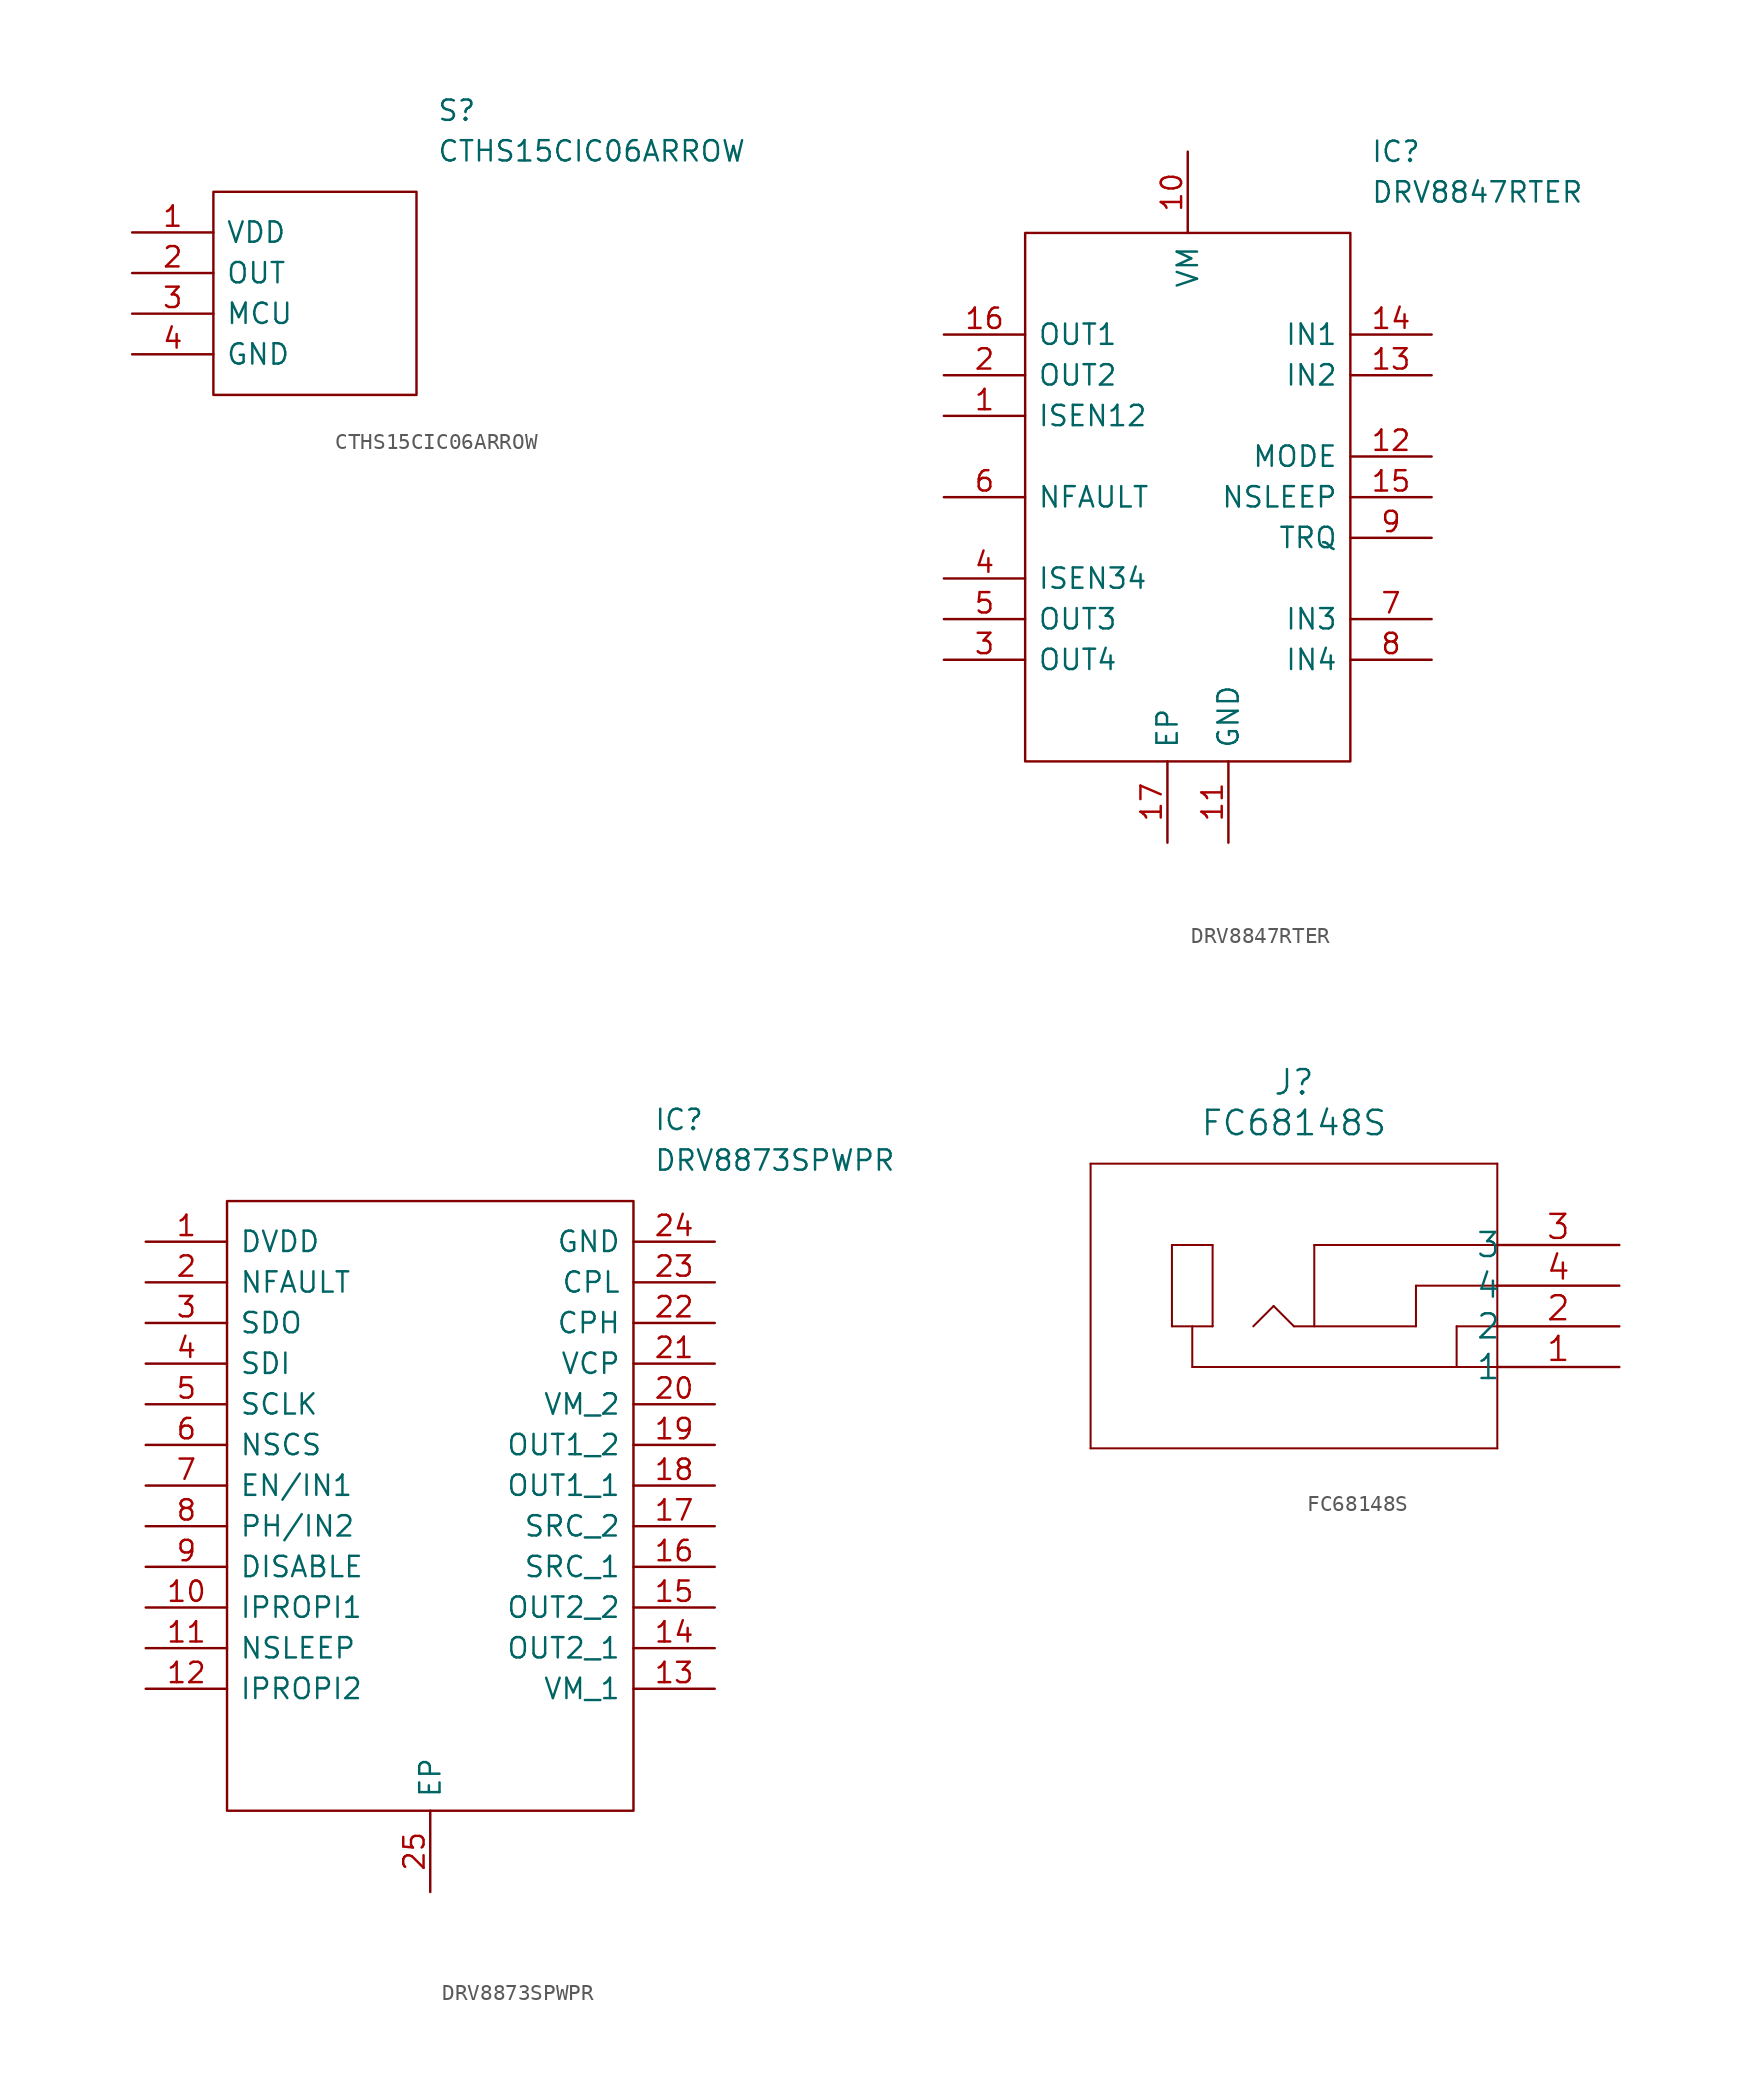
<source format=kicad_sym>
(kicad_symbol_lib
  (version 20241209)
  (generator "kicad_symbol_editor")
  (generator_version "9.0")
  (symbol "CTHS15CIC06ARROW"
    (pin_names
      (offset 0.762))
    (property "Reference" "S"
      (at 19.05 7.62 0)
      (effects (font (size 1.27 1.27)) (justify left)))
    (property "Value" "CTHS15CIC06ARROW"
      (at 19.05 5.08 0)
      (effects (font (size 1.27 1.27)) (justify left)))
    (symbol "CTHS15CIC06ARROW_0_0"
      (pin passive line (at 0 0 0) (length 5.08) (name "VDD" (effects (font (size 1.27 1.27)))) (number "1" (effects (font (size 1.27 1.27)))))
      (pin passive line (at 0 -2.54 0) (length 5.08) (name "OUT" (effects (font (size 1.27 1.27)))) (number "2" (effects (font (size 1.27 1.27)))))
      (pin passive line (at 0 -5.08 0) (length 5.08) (name "MCU" (effects (font (size 1.27 1.27)))) (number "3" (effects (font (size 1.27 1.27)))))
      (pin passive line (at 0 -7.62 0) (length 5.08) (name "GND" (effects (font (size 1.27 1.27)))) (number "4" (effects (font (size 1.27 1.27))))))
    (symbol "CTHS15CIC06ARROW_0_1"
      (polyline (pts (xy 5.08 2.54) (xy 17.78 2.54) (xy 17.78 -10.16) (xy 5.08 -10.16) (xy 5.08 2.54)) (stroke (width 0.152) (type solid)) (fill (type none)))))
  (symbol "DRV8847RTER"
    (pin_names
      (offset 0.762))
    (property "Reference" "IC"
      (at 26.67 17.78 0)
      (effects (font (size 1.27 1.27)) (justify left)))
    (property "Value" "DRV8847RTER"
      (at 26.67 15.24 0)
      (effects (font (size 1.27 1.27)) (justify left)))
    (symbol "DRV8847RTER_0_0"
      (pin output line (at 0 6.35 0) (length 5.08) (name "OUT1" (effects (font (size 1.27 1.27)))) (number "16" (effects (font (size 1.27 1.27)))))
      (pin output line (at 0 3.81 0) (length 5.08) (name "OUT2" (effects (font (size 1.27 1.27)))) (number "2" (effects (font (size 1.27 1.27)))))
      (pin unspecified line (at 0 1.27 0) (length 5.08) (name "ISEN12" (effects (font (size 1.27 1.27)))) (number "1" (effects (font (size 1.27 1.27)))))
      (pin bidirectional line (at 0 -3.81 0) (length 5.08) (name "NFAULT" (effects (font (size 1.27 1.27)))) (number "6" (effects (font (size 1.27 1.27)))))
      (pin unspecified line (at 0 -8.89 0) (length 5.08) (name "ISEN34" (effects (font (size 1.27 1.27)))) (number "4" (effects (font (size 1.27 1.27)))))
      (pin output line (at 0 -11.43 0) (length 5.08) (name "OUT3" (effects (font (size 1.27 1.27)))) (number "5" (effects (font (size 1.27 1.27)))))
      (pin output line (at 0 -13.97 0) (length 5.08) (name "OUT4" (effects (font (size 1.27 1.27)))) (number "3" (effects (font (size 1.27 1.27)))))
      (pin unspecified line (at 13.97 -25.4 90) (length 5.08) (name "EP" (effects (font (size 1.27 1.27)))) (number "17" (effects (font (size 1.27 1.27)))))
      (pin power_in line (at 15.24 17.78 270) (length 5.08) (name "VM" (effects (font (size 1.27 1.27)))) (number "10" (effects (font (size 1.27 1.27)))))
      (pin power_in line (at 17.78 -25.4 90) (length 5.08) (name "GND" (effects (font (size 1.27 1.27)))) (number "11" (effects (font (size 1.27 1.27)))))
      (pin input line (at 30.48 6.35 180) (length 5.08) (name "IN1" (effects (font (size 1.27 1.27)))) (number "14" (effects (font (size 1.27 1.27)))))
      (pin input line (at 30.48 3.81 180) (length 5.08) (name "IN2" (effects (font (size 1.27 1.27)))) (number "13" (effects (font (size 1.27 1.27)))))
      (pin input line (at 30.48 -1.27 180) (length 5.08) (name "MODE" (effects (font (size 1.27 1.27)))) (number "12" (effects (font (size 1.27 1.27)))))
      (pin input line (at 30.48 -3.81 180) (length 5.08) (name "NSLEEP" (effects (font (size 1.27 1.27)))) (number "15" (effects (font (size 1.27 1.27)))))
      (pin input line (at 30.48 -6.35 180) (length 5.08) (name "TRQ" (effects (font (size 1.27 1.27)))) (number "9" (effects (font (size 1.27 1.27)))))
      (pin input line (at 30.48 -11.43 180) (length 5.08) (name "IN3" (effects (font (size 1.27 1.27)))) (number "7" (effects (font (size 1.27 1.27)))))
      (pin input line (at 30.48 -13.97 180) (length 5.08) (name "IN4" (effects (font (size 1.27 1.27)))) (number "8" (effects (font (size 1.27 1.27))))))
    (symbol "DRV8847RTER_0_1"
      (polyline (pts (xy 5.08 12.7) (xy 25.4 12.7) (xy 25.4 -20.32) (xy 5.08 -20.32) (xy 5.08 12.7)) (stroke (width 0.152) (type solid)) (fill (type none)))))
  (symbol "DRV8873SPWPR"
    (pin_names
      (offset 0.762))
    (property "Reference" "IC"
      (at 31.75 7.62 0)
      (effects (font (size 1.27 1.27)) (justify left)))
    (property "Value" "DRV8873SPWPR"
      (at 31.75 5.08 0)
      (effects (font (size 1.27 1.27)) (justify left)))
    (symbol "DRV8873SPWPR_0_0"
      (pin passive line (at 0 0 0) (length 5.08) (name "DVDD" (effects (font (size 1.27 1.27)))) (number "1" (effects (font (size 1.27 1.27)))))
      (pin passive line (at 0 -2.54 0) (length 5.08) (name "NFAULT" (effects (font (size 1.27 1.27)))) (number "2" (effects (font (size 1.27 1.27)))))
      (pin passive line (at 0 -5.08 0) (length 5.08) (name "SDO" (effects (font (size 1.27 1.27)))) (number "3" (effects (font (size 1.27 1.27)))))
      (pin passive line (at 0 -7.62 0) (length 5.08) (name "SDI" (effects (font (size 1.27 1.27)))) (number "4" (effects (font (size 1.27 1.27)))))
      (pin passive line (at 0 -10.16 0) (length 5.08) (name "SCLK" (effects (font (size 1.27 1.27)))) (number "5" (effects (font (size 1.27 1.27)))))
      (pin passive line (at 0 -12.7 0) (length 5.08) (name "NSCS" (effects (font (size 1.27 1.27)))) (number "6" (effects (font (size 1.27 1.27)))))
      (pin passive line (at 0 -15.24 0) (length 5.08) (name "EN/IN1" (effects (font (size 1.27 1.27)))) (number "7" (effects (font (size 1.27 1.27)))))
      (pin passive line (at 0 -17.78 0) (length 5.08) (name "PH/IN2" (effects (font (size 1.27 1.27)))) (number "8" (effects (font (size 1.27 1.27)))))
      (pin passive line (at 0 -20.32 0) (length 5.08) (name "DISABLE" (effects (font (size 1.27 1.27)))) (number "9" (effects (font (size 1.27 1.27)))))
      (pin passive line (at 0 -22.86 0) (length 5.08) (name "IPROPI1" (effects (font (size 1.27 1.27)))) (number "10" (effects (font (size 1.27 1.27)))))
      (pin passive line (at 0 -25.4 0) (length 5.08) (name "NSLEEP" (effects (font (size 1.27 1.27)))) (number "11" (effects (font (size 1.27 1.27)))))
      (pin passive line (at 0 -27.94 0) (length 5.08) (name "IPROPI2" (effects (font (size 1.27 1.27)))) (number "12" (effects (font (size 1.27 1.27)))))
      (pin passive line (at 17.78 -40.64 90) (length 5.08) (name "EP" (effects (font (size 1.27 1.27)))) (number "25" (effects (font (size 1.27 1.27)))))
      (pin passive line (at 35.56 0 180) (length 5.08) (name "GND" (effects (font (size 1.27 1.27)))) (number "24" (effects (font (size 1.27 1.27)))))
      (pin passive line (at 35.56 -2.54 180) (length 5.08) (name "CPL" (effects (font (size 1.27 1.27)))) (number "23" (effects (font (size 1.27 1.27)))))
      (pin passive line (at 35.56 -5.08 180) (length 5.08) (name "CPH" (effects (font (size 1.27 1.27)))) (number "22" (effects (font (size 1.27 1.27)))))
      (pin passive line (at 35.56 -7.62 180) (length 5.08) (name "VCP" (effects (font (size 1.27 1.27)))) (number "21" (effects (font (size 1.27 1.27)))))
      (pin passive line (at 35.56 -10.16 180) (length 5.08) (name "VM_2" (effects (font (size 1.27 1.27)))) (number "20" (effects (font (size 1.27 1.27)))))
      (pin passive line (at 35.56 -12.7 180) (length 5.08) (name "OUT1_2" (effects (font (size 1.27 1.27)))) (number "19" (effects (font (size 1.27 1.27)))))
      (pin passive line (at 35.56 -15.24 180) (length 5.08) (name "OUT1_1" (effects (font (size 1.27 1.27)))) (number "18" (effects (font (size 1.27 1.27)))))
      (pin passive line (at 35.56 -17.78 180) (length 5.08) (name "SRC_2" (effects (font (size 1.27 1.27)))) (number "17" (effects (font (size 1.27 1.27)))))
      (pin passive line (at 35.56 -20.32 180) (length 5.08) (name "SRC_1" (effects (font (size 1.27 1.27)))) (number "16" (effects (font (size 1.27 1.27)))))
      (pin passive line (at 35.56 -22.86 180) (length 5.08) (name "OUT2_2" (effects (font (size 1.27 1.27)))) (number "15" (effects (font (size 1.27 1.27)))))
      (pin passive line (at 35.56 -25.4 180) (length 5.08) (name "OUT2_1" (effects (font (size 1.27 1.27)))) (number "14" (effects (font (size 1.27 1.27)))))
      (pin passive line (at 35.56 -27.94 180) (length 5.08) (name "VM_1" (effects (font (size 1.27 1.27)))) (number "13" (effects (font (size 1.27 1.27))))))
    (symbol "DRV8873SPWPR_0_1"
      (polyline (pts (xy 5.08 2.54) (xy 30.48 2.54) (xy 30.48 -35.56) (xy 5.08 -35.56) (xy 5.08 2.54)) (stroke (width 0.152) (type solid)) (fill (type none)))))
  (symbol "FC68148S"
    (pin_names
      (offset -0.254))
    (property "Reference" "J"
      (at -20.32 10.16 0)
      (effects (font (size 1.524 1.524))))
    (property "Value" "FC68148S"
      (at -20.32 7.62 0)
      (effects (font (size 1.524 1.524))))
    (property "Datasheet" ""
      (at 0 0 0)
      (effects (font (size 1.524 1.524))))
    (symbol "FC68148S_1_1"
      (polyline (pts (xy -33.02 5.08) (xy -33.02 -12.7)) (stroke (width 0.127) (type solid)) (fill (type none)))
      (polyline (pts (xy -33.02 -12.7) (xy -7.62 -12.7)) (stroke (width 0.127) (type solid)) (fill (type none)))
      (polyline (pts (xy -27.94 0) (xy -25.4 0)) (stroke (width 0.127) (type solid)) (fill (type none)))
      (polyline (pts (xy -27.94 -5.08) (xy -27.94 0)) (stroke (width 0.127) (type solid)) (fill (type none)))
      (polyline (pts (xy -27.94 -5.08) (xy -25.4 -5.08)) (stroke (width 0.127) (type solid)) (fill (type none)))
      (polyline (pts (xy -26.67 -5.08) (xy -26.67 -7.62)) (stroke (width 0.127) (type solid)) (fill (type none)))
      (polyline (pts (xy -25.4 0) (xy -25.4 -5.08)) (stroke (width 0.127) (type solid)) (fill (type none)))
      (polyline (pts (xy -21.59 -3.81) (xy -22.86 -5.08)) (stroke (width 0.127) (type solid)) (fill (type none)))
      (polyline (pts (xy -20.32 -5.08) (xy -21.59 -3.81)) (stroke (width 0.127) (type solid)) (fill (type none)))
      (polyline (pts (xy -19.05 0) (xy -19.05 -5.08)) (stroke (width 0.127) (type solid)) (fill (type none)))
      (polyline (pts (xy -12.7 -2.54) (xy -12.7 -5.08)) (stroke (width 0.127) (type solid)) (fill (type none)))
      (polyline (pts (xy -12.7 -5.08) (xy -20.32 -5.08)) (stroke (width 0.127) (type solid)) (fill (type none)))
      (polyline (pts (xy -10.16 -5.08) (xy -10.16 -7.62)) (stroke (width 0.127) (type solid)) (fill (type none)))
      (polyline (pts (xy -7.62 5.08) (xy -33.02 5.08)) (stroke (width 0.127) (type solid)) (fill (type none)))
      (polyline (pts (xy -7.62 0) (xy -19.05 0)) (stroke (width 0.127) (type solid)) (fill (type none)))
      (polyline (pts (xy -7.62 -2.54) (xy -12.7 -2.54)) (stroke (width 0.127) (type solid)) (fill (type none)))
      (polyline (pts (xy -7.62 -5.08) (xy -10.16 -5.08)) (stroke (width 0.127) (type solid)) (fill (type none)))
      (polyline (pts (xy -7.62 -7.62) (xy -26.67 -7.62)) (stroke (width 0.127) (type solid)) (fill (type none)))
      (polyline (pts (xy -7.62 -12.7) (xy -7.62 5.08)) (stroke (width 0.127) (type solid)) (fill (type none)))
      (pin unspecified line (at 0 0 180) (length 7.62) (name "3" (effects (font (size 1.499 1.499)))) (number "3" (effects (font (size 1.499 1.499)))))
      (pin unspecified line (at 0 -2.54 180) (length 7.62) (name "4" (effects (font (size 1.499 1.499)))) (number "4" (effects (font (size 1.499 1.499)))))
      (pin unspecified line (at 0 -5.08 180) (length 7.62) (name "2" (effects (font (size 1.499 1.499)))) (number "2" (effects (font (size 1.499 1.499)))))
      (pin unspecified line (at 0 -7.62 180) (length 7.62) (name "1" (effects (font (size 1.499 1.499)))) (number "1" (effects (font (size 1.499 1.499))))))))
</source>
